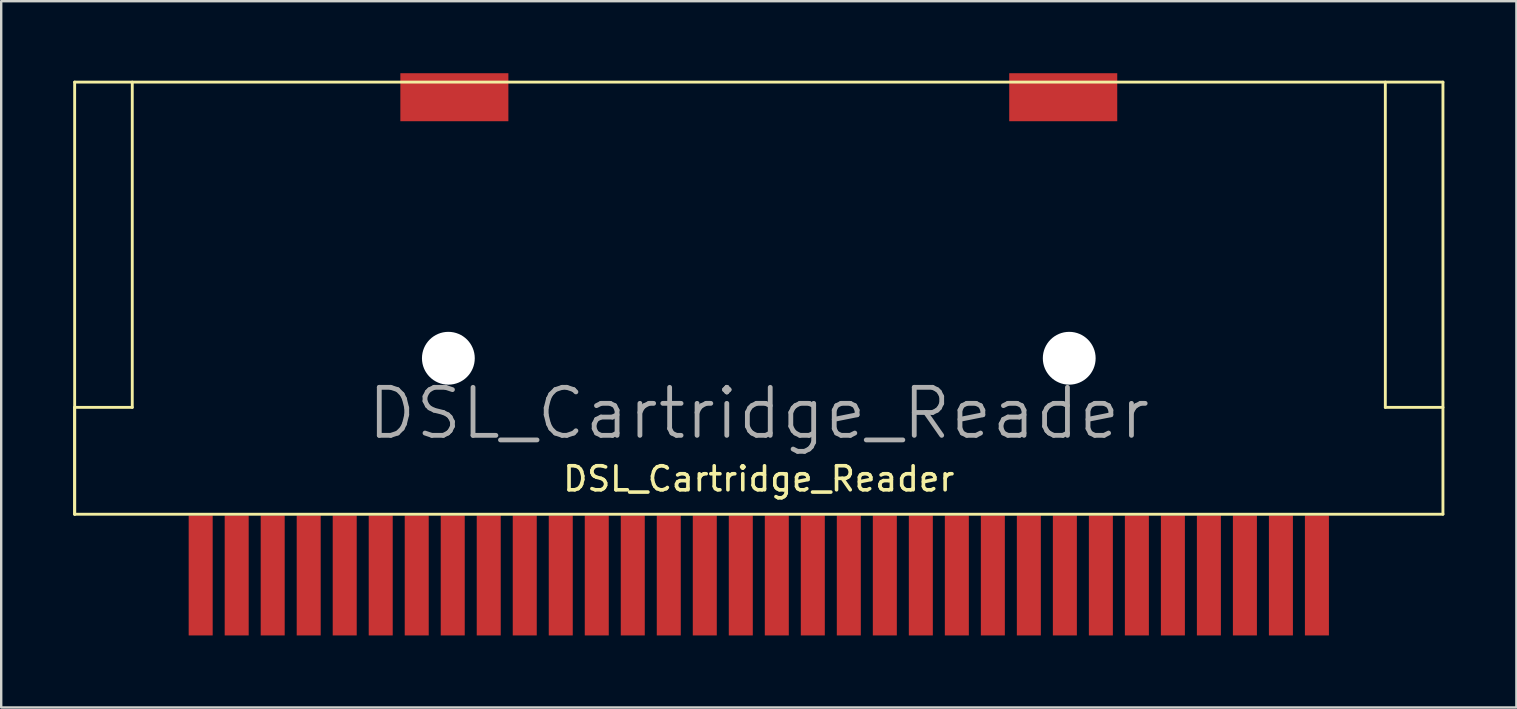
<source format=kicad_pcb>
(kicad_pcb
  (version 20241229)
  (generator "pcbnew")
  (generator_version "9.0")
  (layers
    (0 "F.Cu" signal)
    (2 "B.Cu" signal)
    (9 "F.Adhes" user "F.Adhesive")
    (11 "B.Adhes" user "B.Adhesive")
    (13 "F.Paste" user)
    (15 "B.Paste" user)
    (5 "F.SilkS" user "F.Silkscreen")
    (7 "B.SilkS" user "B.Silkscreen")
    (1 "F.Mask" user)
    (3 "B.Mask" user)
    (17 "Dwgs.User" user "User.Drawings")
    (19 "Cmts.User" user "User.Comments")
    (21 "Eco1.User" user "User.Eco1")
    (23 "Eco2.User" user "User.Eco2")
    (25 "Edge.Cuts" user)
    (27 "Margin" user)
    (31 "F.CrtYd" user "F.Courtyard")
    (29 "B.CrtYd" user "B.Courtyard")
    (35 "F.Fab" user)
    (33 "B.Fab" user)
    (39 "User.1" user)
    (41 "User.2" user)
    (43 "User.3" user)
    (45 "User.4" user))
  (footprint "DSL_Cartridge_Reader"
    (layer "F.Cu")
    (at 28.56 13.921)
    (property "Reference" "DSL_Cartridge_Reader" (at 0 2.977 180) (layer "F.SilkS") (effects (font (size 1 1) (thickness 0.15))))
    (attr smd)
    (fp_line (start -28.5 -13.55) (end 28.5 -13.55) (stroke (width 0.12) (type solid)) (layer "F.SilkS"))
    (fp_line (start -28.5 0) (end -26.1 0) (stroke (width 0.12) (type solid)) (layer "F.SilkS"))
    (fp_line (start -28.5 4.45) (end -28.5 -13.55) (stroke (width 0.12) (type solid)) (layer "F.SilkS"))
    (fp_line (start -28.5 4.45) (end -28.5 0) (stroke (width 0.12) (type solid)) (layer "F.SilkS"))
    (fp_line (start -26.1 0) (end -26.1 -13.55) (stroke (width 0.12) (type solid)) (layer "F.SilkS"))
    (fp_line (start 26.1 0) (end 26.1 -13.55) (stroke (width 0.12) (type solid)) (layer "F.SilkS"))
    (fp_line (start 26.1 0) (end 28.5 0) (stroke (width 0.12) (type solid)) (layer "F.SilkS"))
    (fp_line (start 28.5 -13.55) (end 28.5 4.45) (stroke (width 0.12) (type solid)) (layer "F.SilkS"))
    (fp_line (start 28.5 4.45) (end -28.5 4.45) (stroke (width 0.12) (type solid)) (layer "F.SilkS"))
    (fp_text user "${REFERENCE}" (at 0 0.25 0) (layer "F.Fab") (effects (font (size 2 2) (thickness 0.2))))
    (pad "" np_thru_hole circle (at -12.932 -2.047) (size 2.2 2.2) (drill 2.2) (layers "*.Cu" "*.Mask"))
    (pad "" np_thru_hole circle (at 12.932 -2.047) (size 2.2 2.2) (drill 2.2) (layers "*.Cu" "*.Mask"))
    (pad "1" smd rect (at -23.25 7) (size 1 5) (layers "F.Cu" "F.Mask" "F.Paste"))
    (pad "2" smd rect (at -21.75 7) (size 1 5) (layers "F.Cu" "F.Mask" "F.Paste"))
    (pad "3" smd rect (at -20.25 7) (size 1 5) (layers "F.Cu" "F.Mask" "F.Paste"))
    (pad "4" smd rect (at -18.75 7) (size 1 5) (layers "F.Cu" "F.Mask" "F.Paste"))
    (pad "5" smd rect (at -17.25 7) (size 1 5) (layers "F.Cu" "F.Mask" "F.Paste"))
    (pad "6" smd rect (at -15.75 7) (size 1 5) (layers "F.Cu" "F.Mask" "F.Paste"))
    (pad "7" smd rect (at -14.25 7) (size 1 5) (layers "F.Cu" "F.Mask" "F.Paste"))
    (pad "8" smd rect (at -12.75 7) (size 1 5) (layers "F.Cu" "F.Mask" "F.Paste"))
    (pad "9" smd rect (at -11.25 7) (size 1 5) (layers "F.Cu" "F.Mask" "F.Paste"))
    (pad "10" smd rect (at -9.75 7) (size 1 5) (layers "F.Cu" "F.Mask" "F.Paste"))
    (pad "11" smd rect (at -8.25 7) (size 1 5) (layers "F.Cu" "F.Mask" "F.Paste"))
    (pad "12" smd rect (at -6.75 7) (size 1 5) (layers "F.Cu" "F.Mask" "F.Paste"))
    (pad "13" smd rect (at -5.25 7) (size 1 5) (layers "F.Cu" "F.Mask" "F.Paste"))
    (pad "14" smd rect (at -3.75 7) (size 1 5) (layers "F.Cu" "F.Mask" "F.Paste"))
    (pad "15" smd rect (at -2.25 7) (size 1 5) (layers "F.Cu" "F.Mask" "F.Paste"))
    (pad "16" smd rect (at -0.75 7) (size 1 5) (layers "F.Cu" "F.Mask" "F.Paste"))
    (pad "17" smd rect (at 0.75 7) (size 1 5) (layers "F.Cu" "F.Mask" "F.Paste"))
    (pad "18" smd rect (at 2.25 7) (size 1 5) (layers "F.Cu" "F.Mask" "F.Paste"))
    (pad "19" smd rect (at 3.75 7) (size 1 5) (layers "F.Cu" "F.Mask" "F.Paste"))
    (pad "20" smd rect (at 5.25 7) (size 1 5) (layers "F.Cu" "F.Mask" "F.Paste"))
    (pad "21" smd rect (at 6.75 7) (size 1 5) (layers "F.Cu" "F.Mask" "F.Paste"))
    (pad "22" smd rect (at 8.25 7) (size 1 5) (layers "F.Cu" "F.Mask" "F.Paste"))
    (pad "23" smd rect (at 9.75 7) (size 1 5) (layers "F.Cu" "F.Mask" "F.Paste"))
    (pad "24" smd rect (at 11.25 7) (size 1 5) (layers "F.Cu" "F.Mask" "F.Paste"))
    (pad "25" smd rect (at 12.75 7) (size 1 5) (layers "F.Cu" "F.Mask" "F.Paste"))
    (pad "26" smd rect (at 14.25 7) (size 1 5) (layers "F.Cu" "F.Mask" "F.Paste"))
    (pad "27" smd rect (at 15.75 7) (size 1 5) (layers "F.Cu" "F.Mask" "F.Paste"))
    (pad "28" smd rect (at 17.25 7) (size 1 5) (layers "F.Cu" "F.Mask" "F.Paste"))
    (pad "29" smd rect (at 18.75 7) (size 1 5) (layers "F.Cu" "F.Mask" "F.Paste"))
    (pad "30" smd rect (at 20.25 7) (size 1 5) (layers "F.Cu" "F.Mask" "F.Paste"))
    (pad "31" smd rect (at 21.75 7) (size 1 5) (layers "F.Cu" "F.Mask" "F.Paste"))
    (pad "32" smd rect (at 23.25 7) (size 1 5) (layers "F.Cu" "F.Mask" "F.Paste"))
    (pad "GND" smd rect (at -12.682 -12.921) (size 4.5 2) (layers "F.Cu" "F.Mask" "F.Paste"))
    (pad "GND" smd rect (at 12.682 -12.921) (size 4.5 2) (layers "F.Cu" "F.Mask" "F.Paste")))
  (gr_rect
    (start -3 -3)
    (end 60.12 26.421)
    (stroke (width 0.1) (type default))
    (fill no)
    (layer "Edge.Cuts")))
</source>
